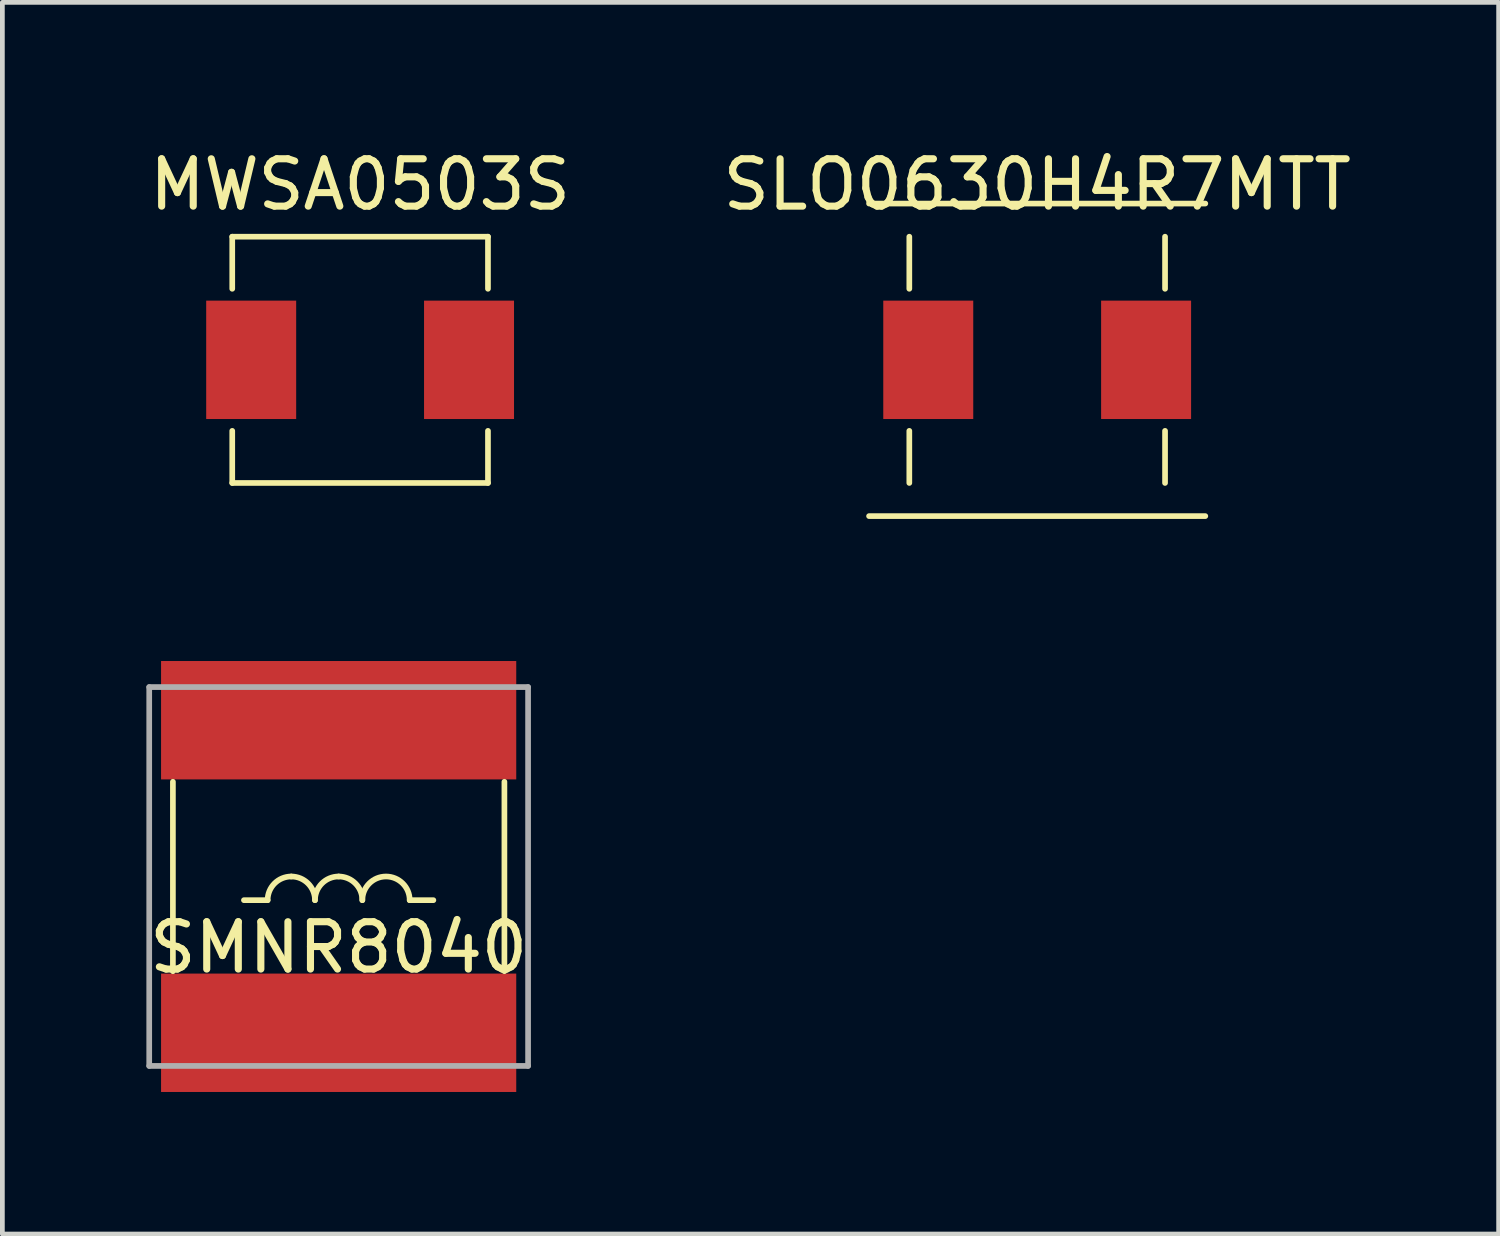
<source format=kicad_pcb>
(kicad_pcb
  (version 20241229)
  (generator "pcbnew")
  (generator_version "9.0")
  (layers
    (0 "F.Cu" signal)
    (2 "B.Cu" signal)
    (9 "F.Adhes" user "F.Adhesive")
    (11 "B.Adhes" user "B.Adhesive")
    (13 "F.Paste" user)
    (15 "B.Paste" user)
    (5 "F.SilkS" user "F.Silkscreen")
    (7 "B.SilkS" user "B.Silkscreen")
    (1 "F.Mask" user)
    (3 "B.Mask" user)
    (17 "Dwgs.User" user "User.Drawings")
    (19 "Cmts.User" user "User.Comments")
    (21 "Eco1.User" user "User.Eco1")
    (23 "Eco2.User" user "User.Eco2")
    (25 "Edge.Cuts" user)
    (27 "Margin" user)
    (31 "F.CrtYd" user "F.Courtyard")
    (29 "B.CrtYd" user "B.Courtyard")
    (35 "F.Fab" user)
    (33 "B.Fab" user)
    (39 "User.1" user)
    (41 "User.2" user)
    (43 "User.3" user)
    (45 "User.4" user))
  (footprint "SLO0630H4R7MTT"
    (layer "F.Cu")
    (at 18.851 4.548)
    (property "Reference" "SLO0630H4R7MTT" (at 0 -3.7 0) (layer "F.SilkS") (effects (font (size 1 1) (thickness 0.15))))
    (attr smd)
    (fp_line (start -3.55 -3.3) (end 3.55 -3.3) (stroke (width 0.12) (type solid)) (layer "F.SilkS"))
    (fp_line (start -3.55 3.3) (end 3.55 3.3) (stroke (width 0.12) (type solid)) (layer "F.SilkS"))
    (fp_line (start -2.7 -2.6) (end -2.7 -1.5) (stroke (width 0.12) (type solid)) (layer "F.SilkS"))
    (fp_line (start -2.7 2.6) (end -2.7 1.5) (stroke (width 0.12) (type solid)) (layer "F.SilkS"))
    (fp_line (start 2.7 -2.6) (end 2.7 -1.5) (stroke (width 0.12) (type solid)) (layer "F.SilkS"))
    (fp_line (start 2.7 2.6) (end 2.7 1.5) (stroke (width 0.12) (type solid)) (layer "F.SilkS"))
    (pad "1" smd rect (at 2.3 0) (size 1.9 2.5) (layers "F.Cu" "F.Mask" "F.Paste"))
    (pad "2" smd rect (at -2.3 0) (size 1.9 2.5) (layers "F.Cu" "F.Mask" "F.Paste")))
  (footprint "SMNR8040"
    (layer "F.Cu")
    (at 4.101 15.458)
    (property "Reference" "SMNR8040" (at 0 1.5 0) (layer "F.SilkS") (effects (font (size 1 1) (thickness 0.15))))
    (attr through_hole)
    (fp_line (start -3.5 -2) (end -3.5 2) (stroke (width 0.12) (type solid)) (layer "F.SilkS"))
    (fp_line (start -2 0.5) (end -1.5 0.5) (stroke (width 0.12) (type solid)) (layer "F.SilkS"))
    (fp_line (start 1.5 0.5) (end 2 0.5) (stroke (width 0.12) (type solid)) (layer "F.SilkS"))
    (fp_line (start 3.5 -2) (end 3.5 2) (stroke (width 0.12) (type solid)) (layer "F.SilkS"))
    (fp_arc (start -1.5 0.5) (mid -1.353553 0.146447) (end -1 0) (stroke (width 0.12) (type solid)) (layer "F.SilkS"))
    (fp_arc (start -1 0) (mid -0.646447 0.146447) (end -0.5 0.5) (stroke (width 0.12) (type solid)) (layer "F.SilkS"))
    (fp_arc (start -0.5 0.5) (mid -0.353553 0.146447) (end 0 0) (stroke (width 0.12) (type solid)) (layer "F.SilkS"))
    (fp_arc (start 0 0) (mid 0.353553 0.146447) (end 0.5 0.5) (stroke (width 0.12) (type solid)) (layer "F.SilkS"))
    (fp_arc (start 0.5 0.5) (mid 1 0) (end 1.5 0.5) (stroke (width 0.12) (type solid)) (layer "F.SilkS"))
    (fp_line (start -4 -4) (end 4 -4) (stroke (width 0.12) (type solid)) (layer "F.Fab"))
    (fp_line (start -4 4) (end -4 -4) (stroke (width 0.12) (type solid)) (layer "F.Fab"))
    (fp_line (start 4 -4) (end 4 4) (stroke (width 0.12) (type solid)) (layer "F.Fab"))
    (fp_line (start 4 4) (end -4 4) (stroke (width 0.12) (type solid)) (layer "F.Fab"))
    (pad "1" smd rect (at 0 -3.3) (size 7.5 2.5) (layers "F.Cu" "F.Mask" "F.Paste"))
    (pad "2" smd rect (at 0 3.3) (size 7.5 2.5) (layers "F.Cu" "F.Mask" "F.Paste")))
  (footprint "MWSA0503S"
    (layer "F.Cu")
    (at 4.554 4.548)
    (property "Reference" "MWSA0503S" (at 0 -3.7 0) (layer "F.SilkS") (effects (font (size 1 1) (thickness 0.15))))
    (attr smd)
    (fp_line (start -2.7 -2.6) (end -2.7 -1.5) (stroke (width 0.12) (type solid)) (layer "F.SilkS"))
    (fp_line (start -2.7 -2.6) (end 2.7 -2.6) (stroke (width 0.12) (type solid)) (layer "F.SilkS"))
    (fp_line (start -2.7 2.6) (end -2.7 1.5) (stroke (width 0.12) (type solid)) (layer "F.SilkS"))
    (fp_line (start -2.7 2.6) (end 2.7 2.6) (stroke (width 0.12) (type solid)) (layer "F.SilkS"))
    (fp_line (start 2.7 -2.6) (end 2.7 -1.5) (stroke (width 0.12) (type solid)) (layer "F.SilkS"))
    (fp_line (start 2.7 2.6) (end 2.7 1.5) (stroke (width 0.12) (type solid)) (layer "F.SilkS"))
    (pad "1" smd rect (at 2.3 0) (size 1.9 2.5) (layers "F.Cu" "F.Mask" "F.Paste"))
    (pad "2" smd rect (at -2.3 0) (size 1.9 2.5) (layers "F.Cu" "F.Mask" "F.Paste")))
  (gr_rect
    (start -3 -3)
    (end 28.595 23.008)
    (stroke (width 0.1) (type default))
    (fill no)
    (layer "Edge.Cuts")))
</source>
